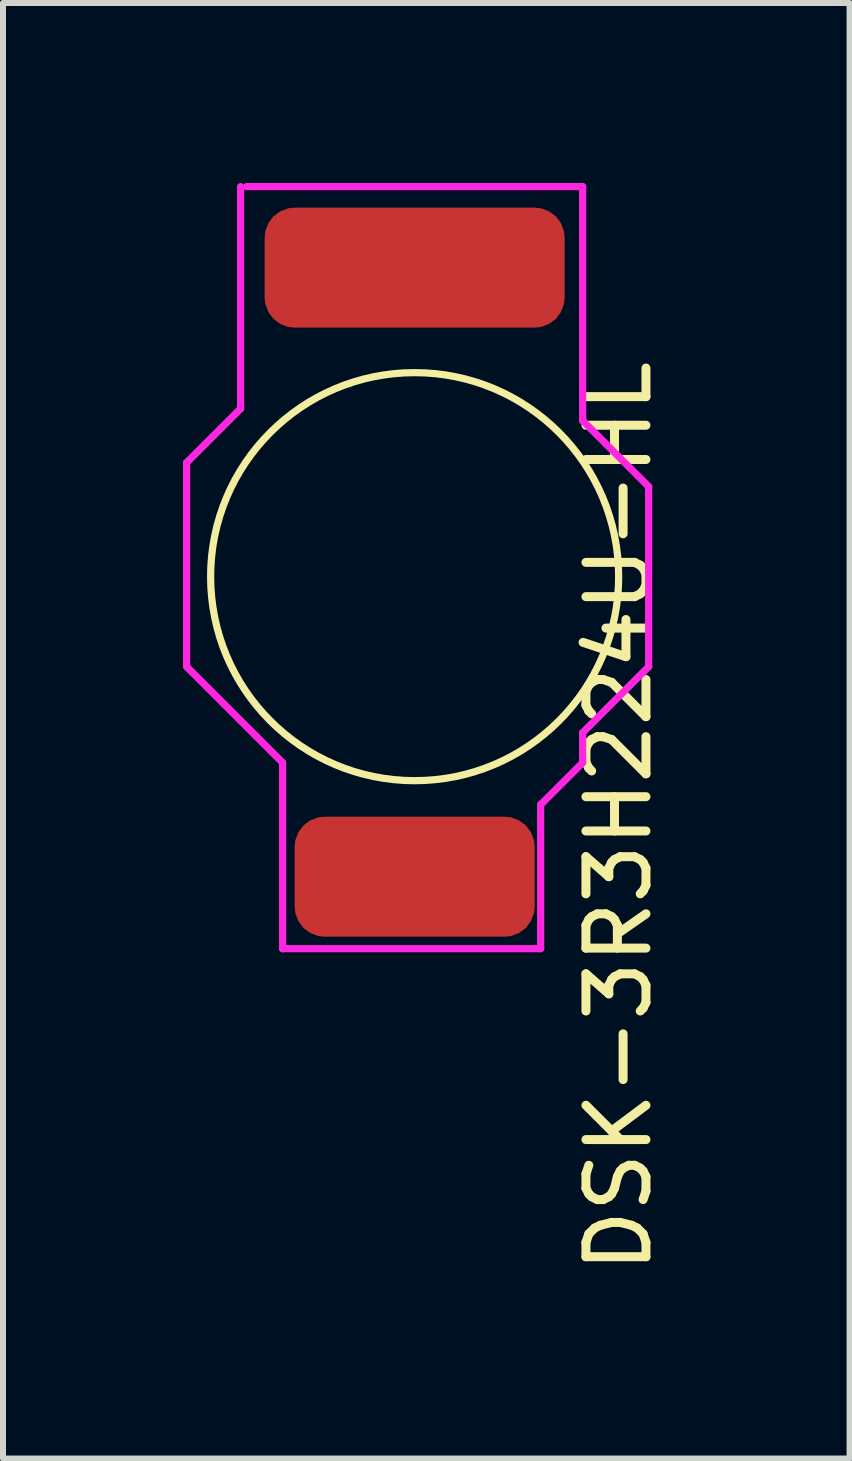
<source format=kicad_pcb>
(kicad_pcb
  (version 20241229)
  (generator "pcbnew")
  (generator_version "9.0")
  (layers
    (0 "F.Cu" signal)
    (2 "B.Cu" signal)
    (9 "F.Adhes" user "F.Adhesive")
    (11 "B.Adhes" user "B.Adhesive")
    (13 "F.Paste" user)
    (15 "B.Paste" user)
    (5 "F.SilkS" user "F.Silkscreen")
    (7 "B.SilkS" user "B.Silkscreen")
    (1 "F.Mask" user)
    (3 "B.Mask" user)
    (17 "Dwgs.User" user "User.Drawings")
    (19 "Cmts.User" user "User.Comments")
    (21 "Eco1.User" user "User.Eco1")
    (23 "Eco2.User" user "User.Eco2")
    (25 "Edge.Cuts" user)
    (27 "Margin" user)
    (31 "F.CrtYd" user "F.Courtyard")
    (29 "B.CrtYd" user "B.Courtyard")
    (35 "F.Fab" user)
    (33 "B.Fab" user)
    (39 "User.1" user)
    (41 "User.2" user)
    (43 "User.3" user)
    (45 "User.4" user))
  (footprint "DSK-3R3H224U-HL"
    (layer "F.Cu")
    (at 3.86 6.56)
    (property "Reference" "DSK-3R3H224U-HL" (at 3.4 4 90) (layer "F.SilkS") (effects (font (size 1 1) (thickness 0.15))))
    (attr through_hole)
    (fp_circle (center 0 0) (end 3.4 0) (stroke (width 0.12) (type solid)) (fill no) (layer "F.SilkS"))
    (fp_line (start -3.8 -1.9) (end -2.9 -2.8) (stroke (width 0.12) (type solid)) (layer "F.CrtYd"))
    (fp_line (start -3.8 -1) (end -3.8 -1.9) (stroke (width 0.12) (type solid)) (layer "F.CrtYd"))
    (fp_line (start -3.8 1.5) (end -3.8 -1) (stroke (width 0.12) (type solid)) (layer "F.CrtYd"))
    (fp_line (start -2.9 -2.8) (end -2.9 -6.5) (stroke (width 0.12) (type solid)) (layer "F.CrtYd"))
    (fp_line (start -2.8 -6.5) (end 2.8 -6.5) (stroke (width 0.12) (type solid)) (layer "F.CrtYd"))
    (fp_line (start -2.2 3.1) (end -3.8 1.5) (stroke (width 0.12) (type solid)) (layer "F.CrtYd"))
    (fp_line (start -2.2 6.2) (end -2.2 3.1) (stroke (width 0.12) (type solid)) (layer "F.CrtYd"))
    (fp_line (start 2.1 3.8) (end 2.1 6.2) (stroke (width 0.12) (type solid)) (layer "F.CrtYd"))
    (fp_line (start 2.1 6.2) (end -2.2 6.2) (stroke (width 0.12) (type solid)) (layer "F.CrtYd"))
    (fp_line (start 2.8 -6.5) (end 2.8 -2.6) (stroke (width 0.12) (type solid)) (layer "F.CrtYd"))
    (fp_line (start 2.8 -2.6) (end 3.9 -1.5) (stroke (width 0.12) (type solid)) (layer "F.CrtYd"))
    (fp_line (start 2.8 2.6) (end 2.8 3.1) (stroke (width 0.12) (type solid)) (layer "F.CrtYd"))
    (fp_line (start 2.8 3.1) (end 2.1 3.8) (stroke (width 0.12) (type solid)) (layer "F.CrtYd"))
    (fp_line (start 3.9 -1.5) (end 3.9 1.5) (stroke (width 0.12) (type solid)) (layer "F.CrtYd"))
    (fp_line (start 3.9 1.5) (end 2.8 2.6) (stroke (width 0.12) (type solid)) (layer "F.CrtYd"))
    (pad "1" smd roundrect (at 0 -5.15) (size 5 2) (layers "F.Cu" "F.Mask" "F.Paste") (roundrect_rratio 0.25))
    (pad "2" smd roundrect (at 0 5) (size 4 2) (layers "F.Cu" "F.Mask" "F.Paste") (roundrect_rratio 0.25)))
  (gr_rect
    (start -3 -3)
    (end 11.108 21.256)
    (stroke (width 0.1) (type default))
    (fill no)
    (layer "Edge.Cuts")))
</source>
